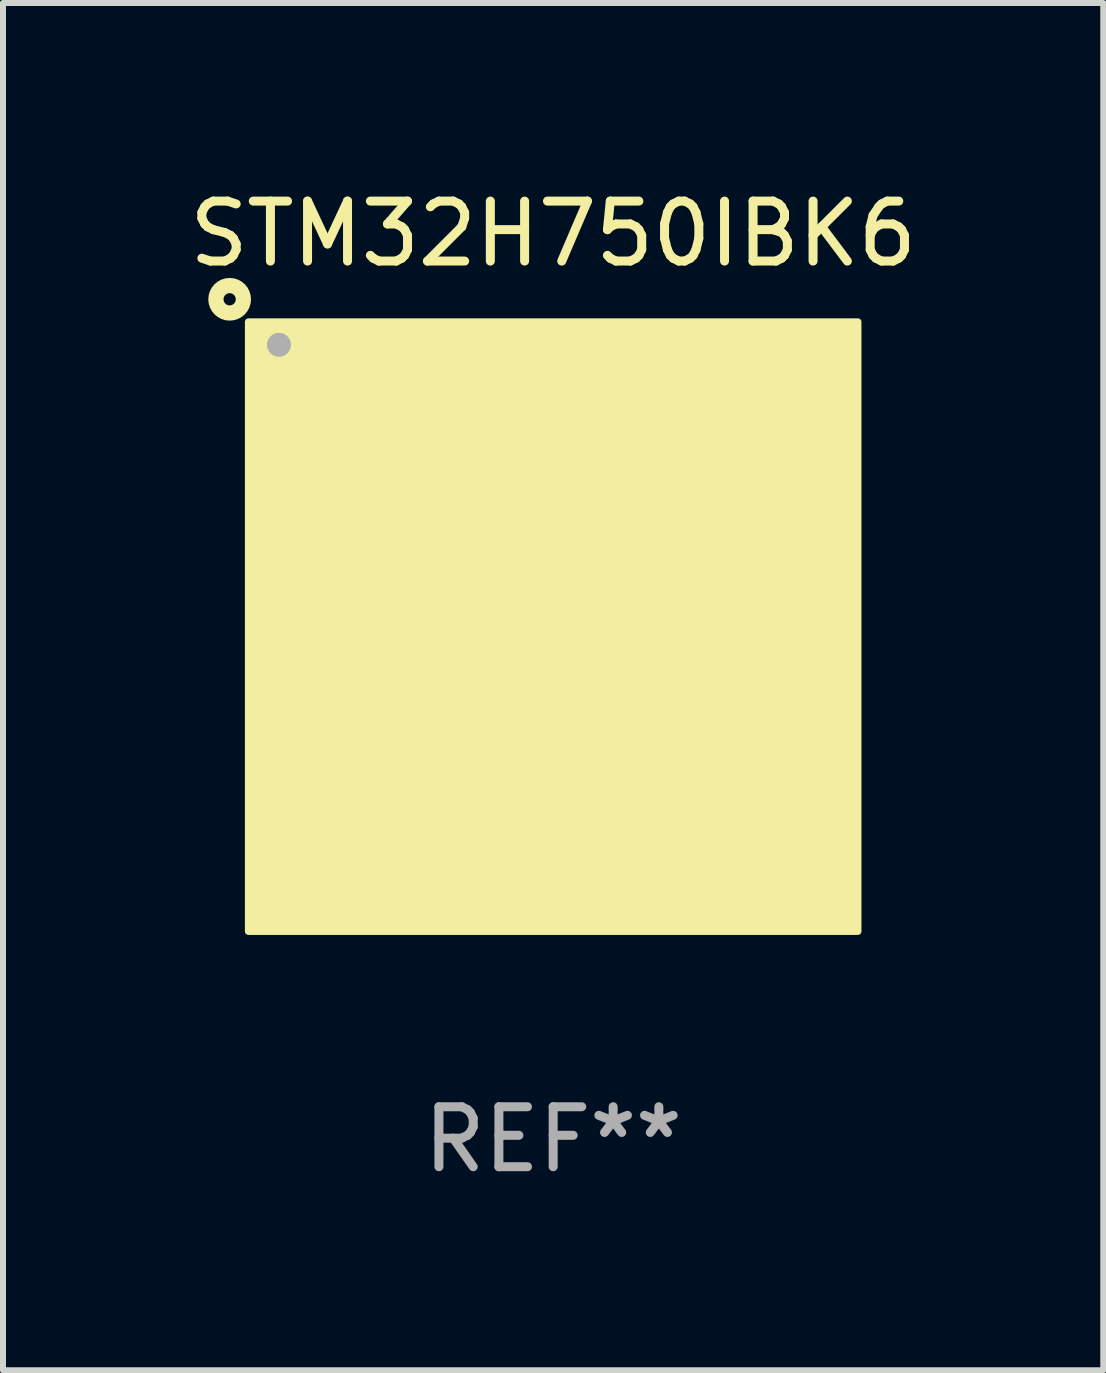
<source format=kicad_pcb>
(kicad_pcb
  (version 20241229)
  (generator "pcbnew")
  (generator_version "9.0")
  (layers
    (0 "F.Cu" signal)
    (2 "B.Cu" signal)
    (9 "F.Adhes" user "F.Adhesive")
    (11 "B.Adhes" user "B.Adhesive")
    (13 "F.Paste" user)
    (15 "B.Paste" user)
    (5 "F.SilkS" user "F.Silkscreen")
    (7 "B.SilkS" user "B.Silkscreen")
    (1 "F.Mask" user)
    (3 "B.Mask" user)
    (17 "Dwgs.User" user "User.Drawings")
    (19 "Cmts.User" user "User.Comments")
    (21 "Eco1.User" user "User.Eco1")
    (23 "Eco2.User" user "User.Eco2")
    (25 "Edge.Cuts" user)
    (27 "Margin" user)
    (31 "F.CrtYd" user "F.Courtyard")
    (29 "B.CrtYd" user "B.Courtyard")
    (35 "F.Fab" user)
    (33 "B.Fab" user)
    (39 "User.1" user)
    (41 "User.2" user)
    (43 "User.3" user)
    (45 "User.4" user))
  (footprint "STM32H750IBK6"
    (layer "F.Cu")
    (at 6.173 7.398)
    (property "Reference" "STM32H750IBK6" (at 0 -6.55 0) (layer "F.SilkS") (effects (font (size 1 1) (thickness 0.15))))
    (attr through_hole)
    (fp_circle (center -5.394 -5.458) (end -5.292 -5.458) (stroke (width 0.254) (type solid)) (fill no) (layer "F.SilkS"))
    (fp_circle (center -5 -5) (end -4.97 -5) (stroke (width 0.06) (type solid)) (fill no) (layer "F.SilkS"))
    (fp_poly (pts (xy -5.08 -5.08) (xy 5.08 -5.08) (xy 5.08 5.08) (xy -5.08 5.08)) (stroke (width 0.12) (type solid)) (fill yes) (layer "F.SilkS"))
    (fp_circle (center -4.572 -4.699) (end -4.472 -4.699) (stroke (width 0.2) (type solid)) (fill no) (layer "F.Fab"))
    (fp_text user "REF**" (at 0 8.55 0) (layer "F.Fab") (effects (font (size 1 1) (thickness 0.15))))
    (pad "A1" smd circle (at -4.55 -4.55) (size 0.3 0.3) (layers "F.Cu" "F.Mask" "F.Paste"))
    (pad "A2" smd circle (at -3.9 -4.55) (size 0.3 0.3) (layers "F.Cu" "F.Mask" "F.Paste"))
    (pad "A3" smd circle (at -3.25 -4.55) (size 0.3 0.3) (layers "F.Cu" "F.Mask" "F.Paste"))
    (pad "A4" smd circle (at -2.6 -4.55) (size 0.3 0.3) (layers "F.Cu" "F.Mask" "F.Paste"))
    (pad "A5" smd circle (at -1.95 -4.55) (size 0.3 0.3) (layers "F.Cu" "F.Mask" "F.Paste"))
    (pad "A6" smd circle (at -1.3 -4.55) (size 0.3 0.3) (layers "F.Cu" "F.Mask" "F.Paste"))
    (pad "A7" smd circle (at -0.65 -4.55) (size 0.3 0.3) (layers "F.Cu" "F.Mask" "F.Paste"))
    (pad "A8" smd circle (at -0.000127 -4.55) (size 0.3 0.3) (layers "F.Cu" "F.Mask" "F.Paste"))
    (pad "A9" smd circle (at 0.65 -4.55) (size 0.3 0.3) (layers "F.Cu" "F.Mask" "F.Paste"))
    (pad "A10" smd circle (at 1.3 -4.55) (size 0.3 0.3) (layers "F.Cu" "F.Mask" "F.Paste"))
    (pad "A11" smd circle (at 1.95 -4.55) (size 0.3 0.3) (layers "F.Cu" "F.Mask" "F.Paste"))
    (pad "A12" smd circle (at 2.6 -4.55) (size 0.3 0.3) (layers "F.Cu" "F.Mask" "F.Paste"))
    (pad "A13" smd circle (at 3.25 -4.55) (size 0.3 0.3) (layers "F.Cu" "F.Mask" "F.Paste"))
    (pad "A14" smd circle (at 3.9 -4.55) (size 0.3 0.3) (layers "F.Cu" "F.Mask" "F.Paste"))
    (pad "A15" smd circle (at 4.55 -4.55) (size 0.3 0.3) (layers "F.Cu" "F.Mask" "F.Paste"))
    (pad "B1" smd circle (at -4.55 -3.9) (size 0.3 0.3) (layers "F.Cu" "F.Mask" "F.Paste"))
    (pad "B2" smd circle (at -3.9 -3.9) (size 0.3 0.3) (layers "F.Cu" "F.Mask" "F.Paste"))
    (pad "B3" smd circle (at -3.25 -3.9) (size 0.3 0.3) (layers "F.Cu" "F.Mask" "F.Paste"))
    (pad "B4" smd circle (at -2.6 -3.9) (size 0.3 0.3) (layers "F.Cu" "F.Mask" "F.Paste"))
    (pad "B5" smd circle (at -1.95 -3.9) (size 0.3 0.3) (layers "F.Cu" "F.Mask" "F.Paste"))
    (pad "B6" smd circle (at -1.3 -3.9) (size 0.3 0.3) (layers "F.Cu" "F.Mask" "F.Paste"))
    (pad "B7" smd circle (at -0.65 -3.9) (size 0.3 0.3) (layers "F.Cu" "F.Mask" "F.Paste"))
    (pad "B8" smd circle (at 0.000127 -3.9) (size 0.3 0.3) (layers "F.Cu" "F.Mask" "F.Paste"))
    (pad "B9" smd circle (at 0.65 -3.9) (size 0.3 0.3) (layers "F.Cu" "F.Mask" "F.Paste"))
    (pad "B10" smd circle (at 1.3 -3.9) (size 0.3 0.3) (layers "F.Cu" "F.Mask" "F.Paste"))
    (pad "B11" smd circle (at 1.95 -3.9) (size 0.3 0.3) (layers "F.Cu" "F.Mask" "F.Paste"))
    (pad "B12" smd circle (at 2.6 -3.9) (size 0.3 0.3) (layers "F.Cu" "F.Mask" "F.Paste"))
    (pad "B13" smd circle (at 3.25 -3.9) (size 0.3 0.3) (layers "F.Cu" "F.Mask" "F.Paste"))
    (pad "B14" smd circle (at 3.9 -3.9) (size 0.3 0.3) (layers "F.Cu" "F.Mask" "F.Paste"))
    (pad "B15" smd circle (at 4.55 -3.9) (size 0.3 0.3) (layers "F.Cu" "F.Mask" "F.Paste"))
    (pad "C1" smd circle (at -4.55 -3.25) (size 0.3 0.3) (layers "F.Cu" "F.Mask" "F.Paste"))
    (pad "C2" smd circle (at -3.9 -3.25) (size 0.3 0.3) (layers "F.Cu" "F.Mask" "F.Paste"))
    (pad "C3" smd circle (at -3.25 -3.25) (size 0.3 0.3) (layers "F.Cu" "F.Mask" "F.Paste"))
    (pad "C4" smd circle (at -2.6 -3.25) (size 0.3 0.3) (layers "F.Cu" "F.Mask" "F.Paste"))
    (pad "C5" smd circle (at -1.95 -3.25) (size 0.3 0.3) (layers "F.Cu" "F.Mask" "F.Paste"))
    (pad "C6" smd circle (at -1.3 -3.25) (size 0.3 0.3) (layers "F.Cu" "F.Mask" "F.Paste"))
    (pad "C7" smd circle (at -0.65 -3.25) (size 0.3 0.3) (layers "F.Cu" "F.Mask" "F.Paste"))
    (pad "C8" smd circle (at 0.000127 -3.25) (size 0.3 0.3) (layers "F.Cu" "F.Mask" "F.Paste"))
    (pad "C9" smd circle (at 0.65 -3.25) (size 0.3 0.3) (layers "F.Cu" "F.Mask" "F.Paste"))
    (pad "C10" smd circle (at 1.3 -3.25) (size 0.3 0.3) (layers "F.Cu" "F.Mask" "F.Paste"))
    (pad "C11" smd circle (at 1.95 -3.25) (size 0.3 0.3) (layers "F.Cu" "F.Mask" "F.Paste"))
    (pad "C12" smd circle (at 2.6 -3.25) (size 0.3 0.3) (layers "F.Cu" "F.Mask" "F.Paste"))
    (pad "C13" smd circle (at 3.25 -3.25) (size 0.3 0.3) (layers "F.Cu" "F.Mask" "F.Paste"))
    (pad "C14" smd circle (at 3.9 -3.25) (size 0.3 0.3) (layers "F.Cu" "F.Mask" "F.Paste"))
    (pad "C15" smd circle (at 4.55 -3.25) (size 0.3 0.3) (layers "F.Cu" "F.Mask" "F.Paste"))
    (pad "D1" smd circle (at -4.55 -2.6) (size 0.3 0.3) (layers "F.Cu" "F.Mask" "F.Paste"))
    (pad "D2" smd circle (at -3.9 -2.6) (size 0.3 0.3) (layers "F.Cu" "F.Mask" "F.Paste"))
    (pad "D3" smd circle (at -3.25 -2.6) (size 0.3 0.3) (layers "F.Cu" "F.Mask" "F.Paste"))
    (pad "D4" smd circle (at -2.6 -2.6) (size 0.3 0.3) (layers "F.Cu" "F.Mask" "F.Paste"))
    (pad "D5" smd circle (at -1.95 -2.6) (size 0.3 0.3) (layers "F.Cu" "F.Mask" "F.Paste"))
    (pad "D6" smd circle (at -1.3 -2.6) (size 0.3 0.3) (layers "F.Cu" "F.Mask" "F.Paste"))
    (pad "D7" smd circle (at -0.65 -2.6) (size 0.3 0.3) (layers "F.Cu" "F.Mask" "F.Paste"))
    (pad "D8" smd circle (at -0.000127 -2.6) (size 0.3 0.3) (layers "F.Cu" "F.Mask" "F.Paste"))
    (pad "D9" smd circle (at 0.65 -2.6) (size 0.3 0.3) (layers "F.Cu" "F.Mask" "F.Paste"))
    (pad "D10" smd circle (at 1.3 -2.6) (size 0.3 0.3) (layers "F.Cu" "F.Mask" "F.Paste"))
    (pad "D11" smd circle (at 1.95 -2.6) (size 0.3 0.3) (layers "F.Cu" "F.Mask" "F.Paste"))
    (pad "D12" smd circle (at 2.6 -2.6) (size 0.3 0.3) (layers "F.Cu" "F.Mask" "F.Paste"))
    (pad "D13" smd circle (at 3.25 -2.6) (size 0.3 0.3) (layers "F.Cu" "F.Mask" "F.Paste"))
    (pad "D14" smd circle (at 3.9 -2.6) (size 0.3 0.3) (layers "F.Cu" "F.Mask" "F.Paste"))
    (pad "D15" smd circle (at 4.55 -2.6) (size 0.3 0.3) (layers "F.Cu" "F.Mask" "F.Paste"))
    (pad "E1" smd circle (at -4.55 -1.95) (size 0.3 0.3) (layers "F.Cu" "F.Mask" "F.Paste"))
    (pad "E2" smd circle (at -3.9 -1.95) (size 0.3 0.3) (layers "F.Cu" "F.Mask" "F.Paste"))
    (pad "E3" smd circle (at -3.25 -1.95) (size 0.3 0.3) (layers "F.Cu" "F.Mask" "F.Paste"))
    (pad "E4" smd circle (at -2.6 -1.95) (size 0.3 0.3) (layers "F.Cu" "F.Mask" "F.Paste"))
    (pad "E12" smd circle (at 2.6 -1.95) (size 0.3 0.3) (layers "F.Cu" "F.Mask" "F.Paste"))
    (pad "E13" smd circle (at 3.25 -1.95) (size 0.3 0.3) (layers "F.Cu" "F.Mask" "F.Paste"))
    (pad "E14" smd circle (at 3.9 -1.95) (size 0.3 0.3) (layers "F.Cu" "F.Mask" "F.Paste"))
    (pad "E15" smd circle (at 4.55 -1.95) (size 0.3 0.3) (layers "F.Cu" "F.Mask" "F.Paste"))
    (pad "F1" smd circle (at -4.55 -1.3) (size 0.3 0.3) (layers "F.Cu" "F.Mask" "F.Paste"))
    (pad "F2" smd circle (at -3.9 -1.3) (size 0.3 0.3) (layers "F.Cu" "F.Mask" "F.Paste"))
    (pad "F3" smd circle (at -3.25 -1.3) (size 0.3 0.3) (layers "F.Cu" "F.Mask" "F.Paste"))
    (pad "F4" smd circle (at -2.6 -1.3) (size 0.3 0.3) (layers "F.Cu" "F.Mask" "F.Paste"))
    (pad "F6" smd circle (at -1.3 -1.3) (size 0.3 0.3) (layers "F.Cu" "F.Mask" "F.Paste"))
    (pad "F7" smd circle (at -0.65 -1.3) (size 0.3 0.3) (layers "F.Cu" "F.Mask" "F.Paste"))
    (pad "F8" smd circle (at 0.000127 -1.3) (size 0.3 0.3) (layers "F.Cu" "F.Mask" "F.Paste"))
    (pad "F9" smd circle (at 0.65 -1.3) (size 0.3 0.3) (layers "F.Cu" "F.Mask" "F.Paste"))
    (pad "F10" smd circle (at 1.3 -1.3) (size 0.3 0.3) (layers "F.Cu" "F.Mask" "F.Paste"))
    (pad "F12" smd circle (at 2.6 -1.3) (size 0.3 0.3) (layers "F.Cu" "F.Mask" "F.Paste"))
    (pad "F13" smd circle (at 3.25 -1.3) (size 0.3 0.3) (layers "F.Cu" "F.Mask" "F.Paste"))
    (pad "F14" smd circle (at 3.9 -1.3) (size 0.3 0.3) (layers "F.Cu" "F.Mask" "F.Paste"))
    (pad "F15" smd circle (at 4.55 -1.3) (size 0.3 0.3) (layers "F.Cu" "F.Mask" "F.Paste"))
    (pad "G1" smd circle (at -4.55 -0.65) (size 0.3 0.3) (layers "F.Cu" "F.Mask" "F.Paste"))
    (pad "G2" smd circle (at -3.9 -0.65) (size 0.3 0.3) (layers "F.Cu" "F.Mask" "F.Paste"))
    (pad "G3" smd circle (at -3.25 -0.65) (size 0.3 0.3) (layers "F.Cu" "F.Mask" "F.Paste"))
    (pad "G4" smd circle (at -2.6 -0.65) (size 0.3 0.3) (layers "F.Cu" "F.Mask" "F.Paste"))
    (pad "G6" smd circle (at -1.3 -0.65) (size 0.3 0.3) (layers "F.Cu" "F.Mask" "F.Paste"))
    (pad "G7" smd circle (at -0.65 -0.65) (size 0.3 0.3) (layers "F.Cu" "F.Mask" "F.Paste"))
    (pad "G8" smd circle (at -0.000127 -0.65) (size 0.3 0.3) (layers "F.Cu" "F.Mask" "F.Paste"))
    (pad "G9" smd circle (at 0.65 -0.65) (size 0.3 0.3) (layers "F.Cu" "F.Mask" "F.Paste"))
    (pad "G10" smd circle (at 1.3 -0.65) (size 0.3 0.3) (layers "F.Cu" "F.Mask" "F.Paste"))
    (pad "G12" smd circle (at 2.6 -0.65) (size 0.3 0.3) (layers "F.Cu" "F.Mask" "F.Paste"))
    (pad "G13" smd circle (at 3.25 -0.65) (size 0.3 0.3) (layers "F.Cu" "F.Mask" "F.Paste"))
    (pad "G14" smd circle (at 3.9 -0.65) (size 0.3 0.3) (layers "F.Cu" "F.Mask" "F.Paste"))
    (pad "G15" smd circle (at 4.55 -0.65) (size 0.3 0.3) (layers "F.Cu" "F.Mask" "F.Paste"))
    (pad "H1" smd circle (at -4.55 -0.000127) (size 0.3 0.3) (layers "F.Cu" "F.Mask" "F.Paste"))
    (pad "H2" smd circle (at -3.9 -0.000127) (size 0.3 0.3) (layers "F.Cu" "F.Mask" "F.Paste"))
    (pad "H3" smd circle (at -3.25 -0.000127) (size 0.3 0.3) (layers "F.Cu" "F.Mask" "F.Paste"))
    (pad "H4" smd circle (at -2.6 -0.000127) (size 0.3 0.3) (layers "F.Cu" "F.Mask" "F.Paste"))
    (pad "H6" smd circle (at -1.3 -0.000127) (size 0.3 0.3) (layers "F.Cu" "F.Mask" "F.Paste"))
    (pad "H7" smd circle (at -0.65 -0.000127) (size 0.3 0.3) (layers "F.Cu" "F.Mask" "F.Paste"))
    (pad "H8" smd circle (at -0.000127 -0.000127) (size 0.3 0.3) (layers "F.Cu" "F.Mask" "F.Paste"))
    (pad "H9" smd circle (at 0.65 -0.000127) (size 0.3 0.3) (layers "F.Cu" "F.Mask" "F.Paste"))
    (pad "H10" smd circle (at 1.3 -0.000127) (size 0.3 0.3) (layers "F.Cu" "F.Mask" "F.Paste"))
    (pad "H12" smd circle (at 2.6 -0.000127) (size 0.3 0.3) (layers "F.Cu" "F.Mask" "F.Paste"))
    (pad "H13" smd circle (at 3.25 -0.000127) (size 0.3 0.3) (layers "F.Cu" "F.Mask" "F.Paste"))
    (pad "H14" smd circle (at 3.9 -0.000127) (size 0.3 0.3) (layers "F.Cu" "F.Mask" "F.Paste"))
    (pad "H15" smd circle (at 4.55 -0.000127) (size 0.3 0.3) (layers "F.Cu" "F.Mask" "F.Paste"))
    (pad "J1" smd circle (at -4.55 0.65) (size 0.3 0.3) (layers "F.Cu" "F.Mask" "F.Paste"))
    (pad "J2" smd circle (at -3.9 0.65) (size 0.3 0.3) (layers "F.Cu" "F.Mask" "F.Paste"))
    (pad "J3" smd circle (at -3.25 0.65) (size 0.3 0.3) (layers "F.Cu" "F.Mask" "F.Paste"))
    (pad "J4" smd circle (at -2.6 0.65) (size 0.3 0.3) (layers "F.Cu" "F.Mask" "F.Paste"))
    (pad "J6" smd circle (at -1.3 0.65) (size 0.3 0.3) (layers "F.Cu" "F.Mask" "F.Paste"))
    (pad "J7" smd circle (at -0.65 0.65) (size 0.3 0.3) (layers "F.Cu" "F.Mask" "F.Paste"))
    (pad "J8" smd circle (at -0.000127 0.65) (size 0.3 0.3) (layers "F.Cu" "F.Mask" "F.Paste"))
    (pad "J9" smd circle (at 0.65 0.65) (size 0.3 0.3) (layers "F.Cu" "F.Mask" "F.Paste"))
    (pad "J10" smd circle (at 1.3 0.65) (size 0.3 0.3) (layers "F.Cu" "F.Mask" "F.Paste"))
    (pad "J12" smd circle (at 2.6 0.65) (size 0.3 0.3) (layers "F.Cu" "F.Mask" "F.Paste"))
    (pad "J13" smd circle (at 3.25 0.65) (size 0.3 0.3) (layers "F.Cu" "F.Mask" "F.Paste"))
    (pad "J14" smd circle (at 3.9 0.65) (size 0.3 0.3) (layers "F.Cu" "F.Mask" "F.Paste"))
    (pad "J15" smd circle (at 4.55 0.65) (size 0.3 0.3) (layers "F.Cu" "F.Mask" "F.Paste"))
    (pad "K1" smd circle (at -4.55 1.3) (size 0.3 0.3) (layers "F.Cu" "F.Mask" "F.Paste"))
    (pad "K2" smd circle (at -3.9 1.3) (size 0.3 0.3) (layers "F.Cu" "F.Mask" "F.Paste"))
    (pad "K3" smd circle (at -3.25 1.3) (size 0.3 0.3) (layers "F.Cu" "F.Mask" "F.Paste"))
    (pad "K4" smd circle (at -2.6 1.3) (size 0.3 0.3) (layers "F.Cu" "F.Mask" "F.Paste"))
    (pad "K6" smd circle (at -1.3 1.3) (size 0.3 0.3) (layers "F.Cu" "F.Mask" "F.Paste"))
    (pad "K7" smd circle (at -0.65 1.3) (size 0.3 0.3) (layers "F.Cu" "F.Mask" "F.Paste"))
    (pad "K8" smd circle (at 0.000127 1.3) (size 0.3 0.3) (layers "F.Cu" "F.Mask" "F.Paste"))
    (pad "K9" smd circle (at 0.65 1.3) (size 0.3 0.3) (layers "F.Cu" "F.Mask" "F.Paste"))
    (pad "K10" smd circle (at 1.3 1.3) (size 0.3 0.3) (layers "F.Cu" "F.Mask" "F.Paste"))
    (pad "K12" smd circle (at 2.6 1.3) (size 0.3 0.3) (layers "F.Cu" "F.Mask" "F.Paste"))
    (pad "K13" smd circle (at 3.25 1.3) (size 0.3 0.3) (layers "F.Cu" "F.Mask" "F.Paste"))
    (pad "K14" smd circle (at 3.9 1.3) (size 0.3 0.3) (layers "F.Cu" "F.Mask" "F.Paste"))
    (pad "K15" smd circle (at 4.55 1.3) (size 0.3 0.3) (layers "F.Cu" "F.Mask" "F.Paste"))
    (pad "L1" smd circle (at -4.55 1.95) (size 0.3 0.3) (layers "F.Cu" "F.Mask" "F.Paste"))
    (pad "L2" smd circle (at -3.9 1.95) (size 0.3 0.3) (layers "F.Cu" "F.Mask" "F.Paste"))
    (pad "L3" smd circle (at -3.25 1.95) (size 0.3 0.3) (layers "F.Cu" "F.Mask" "F.Paste"))
    (pad "L4" smd circle (at -2.6 1.95) (size 0.3 0.3) (layers "F.Cu" "F.Mask" "F.Paste"))
    (pad "L12" smd circle (at 2.6 1.95) (size 0.3 0.3) (layers "F.Cu" "F.Mask" "F.Paste"))
    (pad "L13" smd circle (at 3.25 1.95) (size 0.3 0.3) (layers "F.Cu" "F.Mask" "F.Paste"))
    (pad "L14" smd circle (at 3.9 1.95) (size 0.3 0.3) (layers "F.Cu" "F.Mask" "F.Paste"))
    (pad "L15" smd circle (at 4.55 1.95) (size 0.3 0.3) (layers "F.Cu" "F.Mask" "F.Paste"))
    (pad "M1" smd circle (at -4.55 2.6) (size 0.3 0.3) (layers "F.Cu" "F.Mask" "F.Paste"))
    (pad "M2" smd circle (at -3.9 2.6) (size 0.3 0.3) (layers "F.Cu" "F.Mask" "F.Paste"))
    (pad "M3" smd circle (at -3.25 2.6) (size 0.3 0.3) (layers "F.Cu" "F.Mask" "F.Paste"))
    (pad "M4" smd circle (at -2.6 2.6) (size 0.3 0.3) (layers "F.Cu" "F.Mask" "F.Paste"))
    (pad "M5" smd circle (at -1.95 2.6) (size 0.3 0.3) (layers "F.Cu" "F.Mask" "F.Paste"))
    (pad "M6" smd circle (at -1.3 2.6) (size 0.3 0.3) (layers "F.Cu" "F.Mask" "F.Paste"))
    (pad "M7" smd circle (at -0.65 2.6) (size 0.3 0.3) (layers "F.Cu" "F.Mask" "F.Paste"))
    (pad "M8" smd circle (at -0.000127 2.6) (size 0.3 0.3) (layers "F.Cu" "F.Mask" "F.Paste"))
    (pad "M9" smd circle (at 0.65 2.6) (size 0.3 0.3) (layers "F.Cu" "F.Mask" "F.Paste"))
    (pad "M10" smd circle (at 1.3 2.6) (size 0.3 0.3) (layers "F.Cu" "F.Mask" "F.Paste"))
    (pad "M11" smd circle (at 1.95 2.6) (size 0.3 0.3) (layers "F.Cu" "F.Mask" "F.Paste"))
    (pad "M12" smd circle (at 2.6 2.6) (size 0.3 0.3) (layers "F.Cu" "F.Mask" "F.Paste"))
    (pad "M13" smd circle (at 3.25 2.6) (size 0.3 0.3) (layers "F.Cu" "F.Mask" "F.Paste"))
    (pad "M14" smd circle (at 3.9 2.6) (size 0.3 0.3) (layers "F.Cu" "F.Mask" "F.Paste"))
    (pad "M15" smd circle (at 4.55 2.6) (size 0.3 0.3) (layers "F.Cu" "F.Mask" "F.Paste"))
    (pad "N1" smd circle (at -4.55 3.25) (size 0.3 0.3) (layers "F.Cu" "F.Mask" "F.Paste"))
    (pad "N2" smd circle (at -3.9 3.25) (size 0.3 0.3) (layers "F.Cu" "F.Mask" "F.Paste"))
    (pad "N3" smd circle (at -3.25 3.25) (size 0.3 0.3) (layers "F.Cu" "F.Mask" "F.Paste"))
    (pad "N4" smd circle (at -2.6 3.25) (size 0.3 0.3) (layers "F.Cu" "F.Mask" "F.Paste"))
    (pad "N5" smd circle (at -1.95 3.25) (size 0.3 0.3) (layers "F.Cu" "F.Mask" "F.Paste"))
    (pad "N6" smd circle (at -1.3 3.25) (size 0.3 0.3) (layers "F.Cu" "F.Mask" "F.Paste"))
    (pad "N7" smd circle (at -0.65 3.25) (size 0.3 0.3) (layers "F.Cu" "F.Mask" "F.Paste"))
    (pad "N8" smd circle (at -0.000127 3.25) (size 0.3 0.3) (layers "F.Cu" "F.Mask" "F.Paste"))
    (pad "N9" smd circle (at 0.65 3.25) (size 0.3 0.3) (layers "F.Cu" "F.Mask" "F.Paste"))
    (pad "N10" smd circle (at 1.3 3.25) (size 0.3 0.3) (layers "F.Cu" "F.Mask" "F.Paste"))
    (pad "N11" smd circle (at 1.95 3.25) (size 0.3 0.3) (layers "F.Cu" "F.Mask" "F.Paste"))
    (pad "N12" smd circle (at 2.6 3.25) (size 0.3 0.3) (layers "F.Cu" "F.Mask" "F.Paste"))
    (pad "N13" smd circle (at 3.25 3.25) (size 0.3 0.3) (layers "F.Cu" "F.Mask" "F.Paste"))
    (pad "N14" smd circle (at 3.9 3.25) (size 0.3 0.3) (layers "F.Cu" "F.Mask" "F.Paste"))
    (pad "N15" smd circle (at 4.55 3.25) (size 0.3 0.3) (layers "F.Cu" "F.Mask" "F.Paste"))
    (pad "P1" smd circle (at -4.55 3.9) (size 0.3 0.3) (layers "F.Cu" "F.Mask" "F.Paste"))
    (pad "P2" smd circle (at -3.9 3.9) (size 0.3 0.3) (layers "F.Cu" "F.Mask" "F.Paste"))
    (pad "P3" smd circle (at -3.25 3.9) (size 0.3 0.3) (layers "F.Cu" "F.Mask" "F.Paste"))
    (pad "P4" smd circle (at -2.6 3.9) (size 0.3 0.3) (layers "F.Cu" "F.Mask" "F.Paste"))
    (pad "P5" smd circle (at -1.95 3.9) (size 0.3 0.3) (layers "F.Cu" "F.Mask" "F.Paste"))
    (pad "P6" smd circle (at -1.3 3.9) (size 0.3 0.3) (layers "F.Cu" "F.Mask" "F.Paste"))
    (pad "P7" smd circle (at -0.65 3.9) (size 0.3 0.3) (layers "F.Cu" "F.Mask" "F.Paste"))
    (pad "P8" smd circle (at 0.000127 3.9) (size 0.3 0.3) (layers "F.Cu" "F.Mask" "F.Paste"))
    (pad "P9" smd circle (at 0.65 3.9) (size 0.3 0.3) (layers "F.Cu" "F.Mask" "F.Paste"))
    (pad "P10" smd circle (at 1.3 3.9) (size 0.3 0.3) (layers "F.Cu" "F.Mask" "F.Paste"))
    (pad "P11" smd circle (at 1.95 3.9) (size 0.3 0.3) (layers "F.Cu" "F.Mask" "F.Paste"))
    (pad "P12" smd circle (at 2.6 3.9) (size 0.3 0.3) (layers "F.Cu" "F.Mask" "F.Paste"))
    (pad "P13" smd circle (at 3.25 3.9) (size 0.3 0.3) (layers "F.Cu" "F.Mask" "F.Paste"))
    (pad "P14" smd circle (at 3.9 3.9) (size 0.3 0.3) (layers "F.Cu" "F.Mask" "F.Paste"))
    (pad "P15" smd circle (at 4.55 3.9) (size 0.3 0.3) (layers "F.Cu" "F.Mask" "F.Paste"))
    (pad "R1" smd circle (at -4.55 4.55) (size 0.3 0.3) (layers "F.Cu" "F.Mask" "F.Paste"))
    (pad "R2" smd circle (at -3.9 4.55) (size 0.3 0.3) (layers "F.Cu" "F.Mask" "F.Paste"))
    (pad "R3" smd circle (at -3.25 4.55) (size 0.3 0.3) (layers "F.Cu" "F.Mask" "F.Paste"))
    (pad "R4" smd circle (at -2.6 4.55) (size 0.3 0.3) (layers "F.Cu" "F.Mask" "F.Paste"))
    (pad "R5" smd circle (at -1.95 4.55) (size 0.3 0.3) (layers "F.Cu" "F.Mask" "F.Paste"))
    (pad "R6" smd circle (at -1.3 4.55) (size 0.3 0.3) (layers "F.Cu" "F.Mask" "F.Paste"))
    (pad "R7" smd circle (at -0.65 4.55) (size 0.3 0.3) (layers "F.Cu" "F.Mask" "F.Paste"))
    (pad "R8" smd circle (at -0.000127 4.55) (size 0.3 0.3) (layers "F.Cu" "F.Mask" "F.Paste"))
    (pad "R9" smd circle (at 0.65 4.55) (size 0.3 0.3) (layers "F.Cu" "F.Mask" "F.Paste"))
    (pad "R10" smd circle (at 1.3 4.55) (size 0.3 0.3) (layers "F.Cu" "F.Mask" "F.Paste"))
    (pad "R11" smd circle (at 1.95 4.55) (size 0.3 0.3) (layers "F.Cu" "F.Mask" "F.Paste"))
    (pad "R12" smd circle (at 2.6 4.55) (size 0.3 0.3) (layers "F.Cu" "F.Mask" "F.Paste"))
    (pad "R13" smd circle (at 3.25 4.55) (size 0.3 0.3) (layers "F.Cu" "F.Mask" "F.Paste"))
    (pad "R14" smd circle (at 3.9 4.55) (size 0.3 0.3) (layers "F.Cu" "F.Mask" "F.Paste"))
    (pad "R15" smd circle (at 4.55 4.55) (size 0.3 0.3) (layers "F.Cu" "F.Mask" "F.Paste")))
  (gr_rect
    (start -3 -3)
    (end 15.345 19.797)
    (stroke (width 0.1) (type default))
    (fill no)
    (layer "Edge.Cuts")))
</source>
